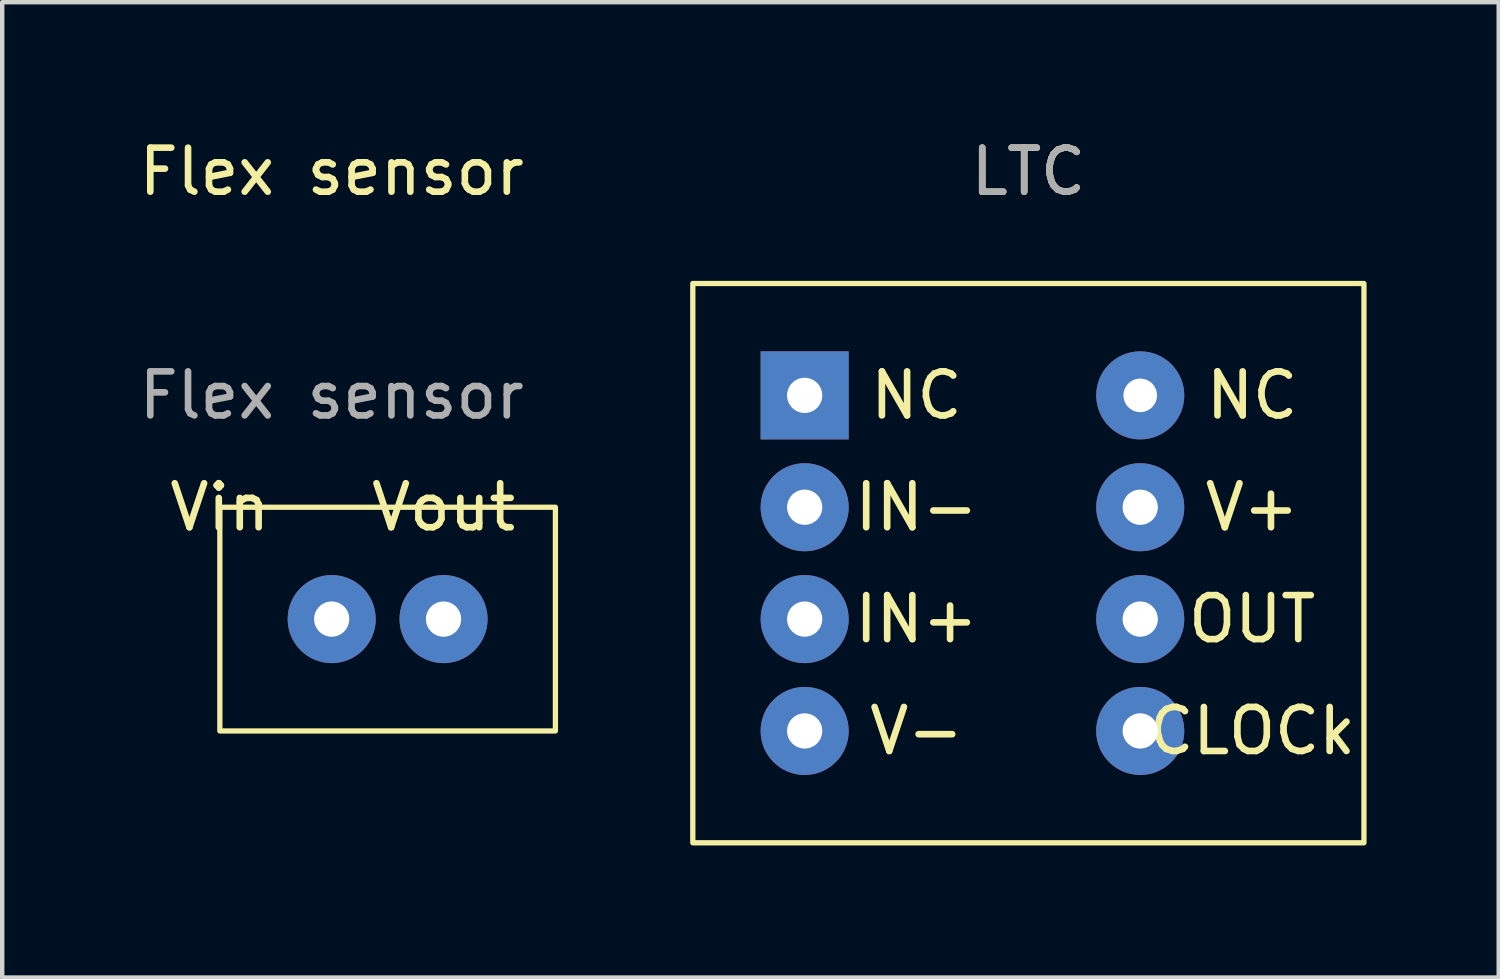
<source format=kicad_pcb>
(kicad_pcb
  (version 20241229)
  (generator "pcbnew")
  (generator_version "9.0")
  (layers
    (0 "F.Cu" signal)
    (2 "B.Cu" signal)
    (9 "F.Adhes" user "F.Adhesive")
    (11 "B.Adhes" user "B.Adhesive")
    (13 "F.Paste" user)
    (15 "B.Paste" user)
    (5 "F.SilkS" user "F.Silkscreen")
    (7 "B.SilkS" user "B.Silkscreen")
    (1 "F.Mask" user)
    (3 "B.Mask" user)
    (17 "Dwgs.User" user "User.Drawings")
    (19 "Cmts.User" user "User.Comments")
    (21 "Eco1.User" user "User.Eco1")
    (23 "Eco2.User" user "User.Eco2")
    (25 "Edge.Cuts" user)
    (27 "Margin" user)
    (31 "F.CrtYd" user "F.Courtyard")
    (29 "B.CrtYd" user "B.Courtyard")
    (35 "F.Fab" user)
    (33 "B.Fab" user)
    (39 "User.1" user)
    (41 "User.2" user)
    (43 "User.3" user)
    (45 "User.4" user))
  (footprint "LTC"
    (layer "F.Cu")
    (at 20.302 11.008)
    (property "Reference" "LTC" (at 0 -10.16 0) (unlocked yes) (layer "F.SilkS") (effects (font (size 1 1) (thickness 0.15))))
    (attr through_hole)
    (fp_rect (start -7.62 -7.62) (end 7.62 5.08) (stroke (width 0.12) (type solid)) (fill no) (layer "F.SilkS"))
    (fp_text user "V-" (at -2.54 2.54 0) (unlocked yes) (layer "F.SilkS") (effects (font (size 1 1) (thickness 0.15))))
    (fp_text user "NC" (at 5.08 -5.08 0) (unlocked yes) (layer "F.SilkS") (effects (font (size 1 1) (thickness 0.15))))
    (fp_text user "IN-" (at -2.54 -2.54 0) (unlocked yes) (layer "F.SilkS") (effects (font (size 1 1) (thickness 0.15))))
    (fp_text user "IN+" (at -2.54 0 0) (unlocked yes) (layer "F.SilkS") (effects (font (size 1 1) (thickness 0.15))))
    (fp_text user "CLOCk" (at 5.08 2.54 0) (unlocked yes) (layer "F.SilkS") (effects (font (size 1 1) (thickness 0.15))))
    (fp_text user "V+" (at 5.08 -2.54 0) (unlocked yes) (layer "F.SilkS") (effects (font (size 1 1) (thickness 0.15))))
    (fp_text user "NC" (at -2.54 -5.08 0) (unlocked yes) (layer "F.SilkS") (effects (font (size 1 1) (thickness 0.15))))
    (fp_text user "OUT" (at 5.08 0 0) (unlocked yes) (layer "F.SilkS") (effects (font (size 1 1) (thickness 0.15))))
    (fp_text user "${REFERENCE}" (at 0 -10.16 0) (unlocked yes) (layer "F.Fab") (effects (font (size 1 1) (thickness 0.15))))
    (pad "1" thru_hole rect (at -5.08 -5.08) (size 2 2) (drill 0.8) (layers "*.Cu" "*.Mask"))
    (pad "2" thru_hole circle (at -5.08 -2.54) (size 2 2) (drill 0.8) (layers "*.Cu" "*.Mask"))
    (pad "3" thru_hole circle (at -5.08 0) (size 2 2) (drill 0.8) (layers "*.Cu" "*.Mask"))
    (pad "4" thru_hole oval (at -5.08 2.54) (size 2 2) (drill 0.8) (layers "*.Cu" "*.Mask"))
    (pad "5" thru_hole circle (at 2.54 2.54) (size 2 2) (drill 0.8) (layers "*.Cu" "*.Mask"))
    (pad "6" thru_hole circle (at 2.54 0) (size 2 2) (drill 0.8) (layers "*.Cu" "*.Mask"))
    (pad "7" thru_hole circle (at 2.54 -2.54) (size 2 2) (drill 0.8) (layers "*.Cu" "*.Mask"))
    (pad "8" thru_hole circle (at 2.54 -5.08) (size 2 2) (drill 0.762) (layers "*.Cu" "*.Mask")))
  (footprint "Flex sensor"
    (layer "F.Cu")
    (at 4.482 8.468)
    (property "Reference" "Flex sensor" (at 0 -7.62 0) (unlocked yes) (layer "F.SilkS") (effects (font (size 1 1) (thickness 0.15))))
    (attr through_hole)
    (fp_rect (start -2.54 0) (end 5.08 5.08) (stroke (width 0.12) (type solid)) (fill no) (layer "F.SilkS"))
    (fp_text user "Vout" (at 2.54 0 0) (unlocked yes) (layer "F.SilkS") (effects (font (size 1 1) (thickness 0.15))))
    (fp_text user "Vin" (at -2.54 0 0) (unlocked yes) (layer "F.SilkS") (effects (font (size 1 1) (thickness 0.15))))
    (fp_text user "${REFERENCE}" (at 0 -2.54 0) (unlocked yes) (layer "F.Fab") (effects (font (size 1 1) (thickness 0.15))))
    (pad "1" thru_hole circle (at 0 2.54) (size 2 2) (drill 0.8) (layers "*.Cu" "*.Mask"))
    (pad "2" thru_hole circle (at 2.54 2.54) (size 2 2) (drill 0.8) (layers "*.Cu" "*.Mask")))
  (gr_rect
    (start -3 -3)
    (end 30.982 19.148)
    (stroke (width 0.1) (type default))
    (fill no)
    (layer "Edge.Cuts")))
</source>
